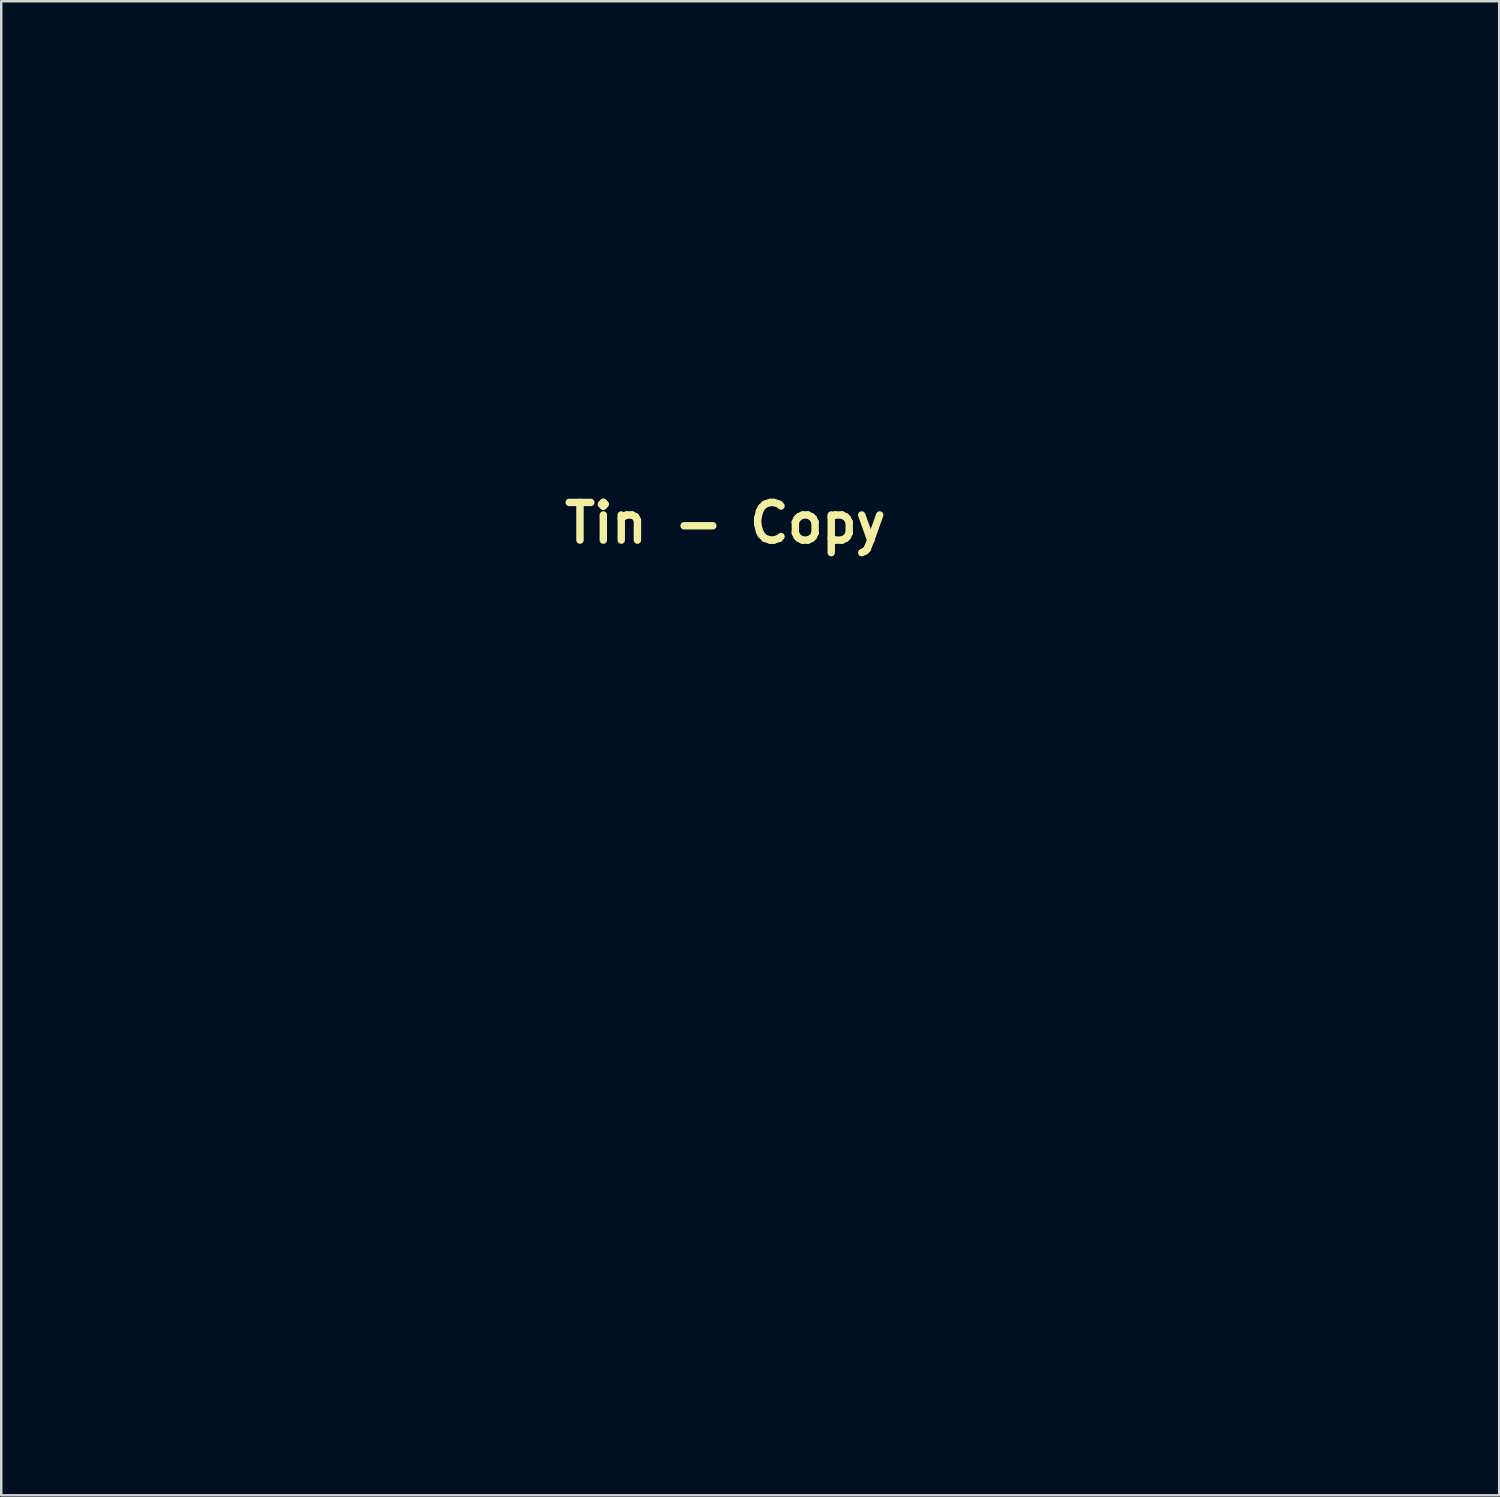
<source format=kicad_pcb>
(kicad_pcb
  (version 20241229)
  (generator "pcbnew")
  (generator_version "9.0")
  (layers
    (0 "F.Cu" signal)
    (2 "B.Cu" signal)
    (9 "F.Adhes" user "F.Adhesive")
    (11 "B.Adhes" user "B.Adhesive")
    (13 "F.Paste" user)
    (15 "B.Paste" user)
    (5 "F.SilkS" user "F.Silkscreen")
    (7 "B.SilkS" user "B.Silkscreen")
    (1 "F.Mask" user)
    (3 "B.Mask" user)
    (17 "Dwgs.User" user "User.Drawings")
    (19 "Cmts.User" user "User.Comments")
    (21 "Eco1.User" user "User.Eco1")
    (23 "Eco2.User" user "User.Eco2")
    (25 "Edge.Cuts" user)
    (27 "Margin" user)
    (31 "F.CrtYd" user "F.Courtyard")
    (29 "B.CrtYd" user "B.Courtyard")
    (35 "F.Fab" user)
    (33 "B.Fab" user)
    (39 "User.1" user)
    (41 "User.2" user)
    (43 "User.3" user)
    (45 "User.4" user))
  (footprint "Tin - Copy"
    (layer "F.Cu")
    (at 26.281 18.101)
    (property "Reference" "Tin - Copy" (at 0 0 0) (layer "F.SilkS") (effects (font (size 1.524 1.524) (thickness 0.3))))
    (attr through_hole)
    (fp_poly (pts (xy -2.277 35.008) (xy -1.65 35.27) (xy -1.066 35.517) (xy -0.544 35.738) (xy -0.106 35.926) (xy 0.229 36.072) (xy 0.44 36.167) (xy 0.497 36.194) (xy 0.579 36.246) (xy 0.584 36.28) (xy 0.492 36.3) (xy 0.282 36.309) (xy -0.069 36.31) (xy -0.254 36.31) (xy -0.779 36.295) (xy -1.37 36.262) (xy -1.934 36.215) (xy -2.171 36.189) (xy -2.583 36.134) (xy -3.118 36.054) (xy -3.746 35.955) (xy -4.439 35.841) (xy -5.166 35.718) (xy -5.898 35.591) (xy -6.605 35.465) (xy -7.258 35.346) (xy -7.827 35.237) (xy -8.282 35.145) (xy -8.551 35.085) (xy -8.763 35.034) (xy -8.573 34.961) (xy -8.437 34.918) (xy -8.164 34.84) (xy -7.782 34.733) (xy -7.316 34.606) (xy -6.795 34.466) (xy -6.605 34.415) (xy -4.828 33.942) (xy -2.277 35.008)) (stroke (width 0.01) (type solid)) (fill yes) (layer "F.Mask"))
    (fp_poly (pts (xy 26.928 -0.449) (xy 26.988 -0.315) (xy 27.067 -0.032) (xy 27.162 0.381) (xy 27.27 0.905) (xy 27.388 1.522) (xy 27.511 2.213) (xy 27.636 2.96) (xy 27.76 3.743) (xy 27.879 4.543) (xy 27.982 5.284) (xy 28.057 5.87) (xy 28.124 6.455) (xy 28.183 7.017) (xy 28.231 7.532) (xy 28.265 7.975) (xy 28.284 8.323) (xy 28.286 8.551) (xy 28.268 8.636) (xy 28.267 8.636) (xy 28.204 8.571) (xy 28.098 8.411) (xy 28.079 8.38) (xy 27.992 8.21) (xy 27.855 7.918) (xy 27.678 7.528) (xy 27.472 7.061) (xy 27.246 6.542) (xy 27.01 5.994) (xy 26.773 5.439) (xy 26.547 4.902) (xy 26.34 4.404) (xy 26.163 3.97) (xy 26.026 3.623) (xy 25.937 3.385) (xy 25.908 3.282) (xy 25.929 3.105) (xy 25.986 2.816) (xy 26.072 2.439) (xy 26.179 2.003) (xy 26.301 1.534) (xy 26.43 1.06) (xy 26.559 0.607) (xy 26.679 0.203) (xy 26.784 -0.126) (xy 26.866 -0.352) (xy 26.919 -0.449) (xy 26.928 -0.449)) (stroke (width 0.01) (type solid)) (fill yes) (layer "F.Mask"))
    (fp_poly (pts (xy 16.868 26.139) (xy 17.552 26.824) (xy 18.2 27.473) (xy 18.801 28.078) (xy 19.346 28.627) (xy 19.826 29.112) (xy 20.23 29.521) (xy 20.548 29.847) (xy 20.772 30.078) (xy 20.891 30.204) (xy 20.908 30.226) (xy 20.845 30.296) (xy 20.683 30.447) (xy 20.451 30.65) (xy 20.353 30.734) (xy 19.805 31.169) (xy 19.157 31.636) (xy 18.464 32.097) (xy 17.781 32.517) (xy 17.174 32.853) (xy 16.752 33.06) (xy 16.408 33.192) (xy 16.095 33.255) (xy 15.762 33.254) (xy 15.358 33.194) (xy 14.921 33.102) (xy 13.929 32.836) (xy 12.839 32.468) (xy 11.678 32.01) (xy 10.473 31.474) (xy 9.251 30.874) (xy 8.038 30.22) (xy 6.862 29.526) (xy 6.329 29.188) (xy 5.987 28.962) (xy 5.703 28.765) (xy 5.505 28.616) (xy 5.42 28.536) (xy 5.419 28.531) (xy 5.481 28.465) (xy 5.661 28.299) (xy 5.946 28.043) (xy 6.327 27.706) (xy 6.79 27.299) (xy 7.325 26.832) (xy 7.921 26.315) (xy 8.566 25.757) (xy 9.121 25.279) (xy 12.823 22.095) (xy 16.868 26.139)) (stroke (width 0.01) (type solid)) (fill yes) (layer "F.Mask"))
    (fp_poly (pts (xy -11.476 30.183) (xy -11.246 30.299) (xy -10.915 30.479) (xy -10.504 30.71) (xy -10.033 30.98) (xy -9.521 31.276) (xy -8.991 31.588) (xy -8.461 31.903) (xy -7.953 32.208) (xy -7.485 32.493) (xy -7.08 32.744) (xy -6.757 32.951) (xy -6.536 33.1) (xy -6.438 33.18) (xy -6.435 33.187) (xy -6.446 33.228) (xy -6.498 33.27) (xy -6.616 33.326) (xy -6.826 33.406) (xy -7.155 33.522) (xy -7.439 33.62) (xy -8.004 33.795) (xy -8.642 33.964) (xy -9.299 34.113) (xy -9.924 34.232) (xy -10.462 34.309) (xy -10.626 34.324) (xy -11.103 34.329) (xy -11.61 34.286) (xy -11.811 34.254) (xy -12.039 34.203) (xy -12.402 34.113) (xy -12.873 33.991) (xy -13.423 33.845) (xy -14.024 33.683) (xy -14.65 33.511) (xy -15.271 33.339) (xy -15.861 33.172) (xy -16.391 33.02) (xy -16.764 32.91) (xy -17.145 32.795) (xy -15.917 32.177) (xy -15.395 31.916) (xy -14.836 31.642) (xy -14.26 31.363) (xy -13.69 31.09) (xy -13.147 30.834) (xy -12.652 30.603) (xy -12.227 30.409) (xy -11.892 30.261) (xy -11.67 30.168) (xy -11.584 30.141) (xy -11.476 30.183)) (stroke (width 0.01) (type solid)) (fill yes) (layer "F.Mask"))
    (fp_poly (pts (xy 21.671 -2.453) (xy 21.807 -2.218) (xy 21.997 -1.877) (xy 22.23 -1.452) (xy 22.493 -0.964) (xy 22.775 -0.437) (xy 23.065 0.108) (xy 23.35 0.649) (xy 23.619 1.164) (xy 23.861 1.63) (xy 24.062 2.026) (xy 24.212 2.329) (xy 24.299 2.517) (xy 24.309 2.54) (xy 24.383 2.749) (xy 24.435 2.945) (xy 24.46 3.141) (xy 24.453 3.353) (xy 24.408 3.594) (xy 24.32 3.878) (xy 24.184 4.22) (xy 23.995 4.633) (xy 23.746 5.132) (xy 23.434 5.731) (xy 23.052 6.444) (xy 22.595 7.286) (xy 22.39 7.662) (xy 21.889 8.576) (xy 21.465 9.342) (xy 21.114 9.965) (xy 20.835 10.448) (xy 20.626 10.794) (xy 20.486 11.007) (xy 20.411 11.09) (xy 20.405 11.091) (xy 20.303 11.045) (xy 20.218 10.986) (xy 20.16 10.927) (xy 20.045 10.798) (xy 19.87 10.592) (xy 19.628 10.303) (xy 19.314 9.924) (xy 18.923 9.449) (xy 18.45 8.872) (xy 17.889 8.185) (xy 17.234 7.382) (xy 16.481 6.457) (xy 16.097 5.985) (xy 15.559 5.324) (xy 18.551 1.351) (xy 19.093 0.633) (xy 19.606 -0.041) (xy 20.08 -0.659) (xy 20.506 -1.211) (xy 20.875 -1.684) (xy 21.178 -2.067) (xy 21.406 -2.348) (xy 21.551 -2.516) (xy 21.601 -2.56) (xy 21.671 -2.453)) (stroke (width 0.01) (type solid)) (fill yes) (layer "F.Mask"))
    (fp_poly (pts (xy 24.682 -8.897) (xy 24.759 -8.682) (xy 24.869 -8.353) (xy 25.004 -7.934) (xy 25.156 -7.451) (xy 25.318 -6.926) (xy 25.482 -6.385) (xy 25.641 -5.852) (xy 25.787 -5.352) (xy 25.913 -4.908) (xy 25.97 -4.699) (xy 26.052 -4.374) (xy 26.107 -4.095) (xy 26.138 -3.815) (xy 26.15 -3.489) (xy 26.145 -3.071) (xy 26.135 -2.709) (xy 26.105 -2.079) (xy 26.057 -1.558) (xy 25.983 -1.091) (xy 25.877 -0.618) (xy 25.745 -0.12) (xy 25.608 0.361) (xy 25.472 0.8) (xy 25.349 1.169) (xy 25.245 1.441) (xy 25.171 1.589) (xy 25.148 1.609) (xy 25.088 1.539) (xy 24.955 1.345) (xy 24.761 1.047) (xy 24.519 0.664) (xy 24.243 0.217) (xy 24.079 -0.051) (xy 23.624 -0.801) (xy 23.25 -1.422) (xy 22.949 -1.927) (xy 22.713 -2.33) (xy 22.534 -2.646) (xy 22.403 -2.889) (xy 22.313 -3.073) (xy 22.256 -3.212) (xy 22.224 -3.321) (xy 22.218 -3.35) (xy 22.213 -3.538) (xy 22.267 -3.788) (xy 22.387 -4.135) (xy 22.5 -4.413) (xy 22.646 -4.754) (xy 22.834 -5.176) (xy 23.051 -5.657) (xy 23.289 -6.175) (xy 23.536 -6.707) (xy 23.781 -7.231) (xy 24.015 -7.725) (xy 24.227 -8.166) (xy 24.407 -8.532) (xy 24.543 -8.801) (xy 24.626 -8.951) (xy 24.645 -8.974) (xy 24.682 -8.897)) (stroke (width 0.01) (type solid)) (fill yes) (layer "F.Mask"))
    (fp_poly (pts (xy -2.798 23.778) (xy -2.703 23.815) (xy -2.567 23.893) (xy -2.379 24.022) (xy -2.126 24.21) (xy -1.796 24.466) (xy -1.378 24.799) (xy -0.858 25.218) (xy -0.224 25.733) (xy 0.091 25.989) (xy 0.688 26.476) (xy 1.243 26.931) (xy 1.743 27.344) (xy 2.175 27.701) (xy 2.524 27.993) (xy 2.776 28.208) (xy 2.919 28.335) (xy 2.947 28.364) (xy 2.893 28.45) (xy 2.706 28.606) (xy 2.403 28.821) (xy 2.001 29.085) (xy 1.517 29.388) (xy 0.967 29.721) (xy 0.369 30.073) (xy -0.26 30.434) (xy -0.905 30.794) (xy -1.547 31.143) (xy -2.17 31.471) (xy -2.758 31.768) (xy -2.861 31.819) (xy -3.353 32.057) (xy -3.727 32.228) (xy -4.016 32.345) (xy -4.254 32.42) (xy -4.473 32.464) (xy -4.707 32.488) (xy -4.773 32.493) (xy -5.386 32.532) (xy -6.537 31.935) (xy -6.947 31.72) (xy -7.415 31.47) (xy -7.919 31.196) (xy -8.436 30.913) (xy -8.944 30.633) (xy -9.418 30.368) (xy -9.837 30.132) (xy -10.176 29.936) (xy -10.414 29.795) (xy -10.526 29.72) (xy -10.528 29.719) (xy -10.5 29.639) (xy -10.364 29.482) (xy -10.145 29.276) (xy -10.02 29.169) (xy -9.85 29.033) (xy -9.568 28.813) (xy -9.19 28.521) (xy -8.731 28.17) (xy -8.21 27.771) (xy -7.64 27.338) (xy -7.04 26.882) (xy -6.425 26.417) (xy -5.812 25.953) (xy -5.216 25.504) (xy -4.655 25.082) (xy -4.144 24.698) (xy -3.699 24.366) (xy -3.337 24.098) (xy -3.075 23.906) (xy -2.928 23.802) (xy -2.915 23.794) (xy -2.864 23.774) (xy -2.798 23.778)) (stroke (width 0.01) (type solid)) (fill yes) (layer "F.Mask"))
    (fp_poly (pts (xy 4.506 29.462) (xy 4.713 29.538) (xy 4.961 29.657) (xy 5.154 29.755) (xy 5.473 29.918) (xy 5.903 30.142) (xy 6.409 30.409) (xy 6.954 30.698) (xy 7.501 30.991) (xy 7.607 31.048) (xy 8.359 31.449) (xy 9.111 31.842) (xy 9.841 32.216) (xy 10.531 32.562) (xy 11.159 32.87) (xy 11.706 33.129) (xy 12.152 33.331) (xy 12.477 33.465) (xy 12.561 33.494) (xy 13.011 33.648) (xy 13.434 33.803) (xy 13.804 33.949) (xy 14.091 34.073) (xy 14.267 34.164) (xy 14.309 34.204) (xy 14.229 34.28) (xy 13.999 34.392) (xy 13.634 34.534) (xy 13.148 34.701) (xy 12.555 34.888) (xy 11.896 35.082) (xy 10.455 35.476) (xy 9.152 35.791) (xy 7.975 36.031) (xy 6.913 36.197) (xy 5.954 36.289) (xy 5.086 36.31) (xy 4.298 36.262) (xy 3.802 36.19) (xy 3.456 36.117) (xy 3.057 36.009) (xy 2.59 35.864) (xy 2.041 35.673) (xy 1.393 35.434) (xy 0.632 35.139) (xy -0.257 34.784) (xy -0.99 34.486) (xy -1.643 34.218) (xy -2.153 34.005) (xy -2.537 33.84) (xy -2.808 33.714) (xy -2.983 33.622) (xy -3.076 33.554) (xy -3.103 33.504) (xy -3.078 33.465) (xy -3.073 33.461) (xy -2.931 33.369) (xy -2.663 33.205) (xy -2.289 32.983) (xy -1.83 32.713) (xy -1.307 32.408) (xy -0.74 32.08) (xy -0.152 31.74) (xy 0.439 31.402) (xy 1.01 31.077) (xy 1.542 30.776) (xy 2.012 30.513) (xy 2.401 30.298) (xy 2.589 30.196) (xy 3.126 29.909) (xy 3.539 29.694) (xy 3.857 29.547) (xy 4.105 29.462) (xy 4.313 29.435) (xy 4.506 29.462)) (stroke (width 0.01) (type solid)) (fill yes) (layer "F.Mask"))
    (fp_poly (pts (xy 6.066 15.707) (xy 6.212 15.817) (xy 6.291 15.889) (xy 6.45 16.034) (xy 6.704 16.266) (xy 7.024 16.556) (xy 7.38 16.877) (xy 7.535 17.018) (xy 8.161 17.585) (xy 8.774 18.146) (xy 9.36 18.688) (xy 9.909 19.2) (xy 10.406 19.669) (xy 10.839 20.084) (xy 11.196 20.432) (xy 11.464 20.702) (xy 11.631 20.882) (xy 11.684 20.957) (xy 11.622 21.066) (xy 11.446 21.271) (xy 11.172 21.558) (xy 10.813 21.915) (xy 10.385 22.326) (xy 9.902 22.779) (xy 9.38 23.259) (xy 8.833 23.753) (xy 8.276 24.247) (xy 7.725 24.727) (xy 7.193 25.18) (xy 6.696 25.591) (xy 6.519 25.734) (xy 6.128 26.041) (xy 5.709 26.358) (xy 5.288 26.667) (xy 4.888 26.952) (xy 4.532 27.196) (xy 4.246 27.382) (xy 4.053 27.493) (xy 3.987 27.517) (xy 3.895 27.471) (xy 3.695 27.348) (xy 3.42 27.167) (xy 3.167 26.995) (xy 2.775 26.718) (xy 2.294 26.37) (xy 1.748 25.968) (xy 1.16 25.531) (xy 0.556 25.078) (xy -0.041 24.626) (xy -0.607 24.193) (xy -1.118 23.798) (xy -1.549 23.458) (xy -1.877 23.192) (xy -1.975 23.11) (xy -1.929 23.042) (xy -1.772 22.872) (xy -1.515 22.61) (xy -1.171 22.27) (xy -0.753 21.862) (xy -0.273 21.4) (xy 0.256 20.894) (xy 0.822 20.356) (xy 1.411 19.799) (xy 2.011 19.234) (xy 2.611 18.673) (xy 3.196 18.129) (xy 3.754 17.612) (xy 4.274 17.134) (xy 4.742 16.709) (xy 5.145 16.346) (xy 5.471 16.06) (xy 5.708 15.86) (xy 5.825 15.77) (xy 5.957 15.697) (xy 6.066 15.707)) (stroke (width 0.01) (type solid)) (fill yes) (layer "F.Mask"))
    (fp_poly (pts (xy 25.532 5.045) (xy 25.637 5.232) (xy 25.775 5.533) (xy 25.95 5.957) (xy 26.169 6.517) (xy 26.435 7.223) (xy 26.514 7.436) (xy 26.891 8.455) (xy 27.212 9.332) (xy 27.481 10.08) (xy 27.702 10.715) (xy 27.879 11.253) (xy 28.017 11.707) (xy 28.12 12.094) (xy 28.192 12.428) (xy 28.237 12.725) (xy 28.26 12.998) (xy 28.264 13.265) (xy 28.254 13.539) (xy 28.247 13.646) (xy 28.198 14.175) (xy 28.115 14.827) (xy 28.005 15.562) (xy 27.875 16.336) (xy 27.731 17.11) (xy 27.582 17.842) (xy 27.434 18.491) (xy 27.389 18.669) (xy 27.218 19.293) (xy 27.015 19.971) (xy 26.795 20.654) (xy 26.574 21.295) (xy 26.369 21.846) (xy 26.269 22.092) (xy 26.109 22.466) (xy 25.885 21.922) (xy 25.775 21.652) (xy 25.619 21.267) (xy 25.435 20.808) (xy 25.239 20.319) (xy 25.138 20.066) (xy 24.829 19.315) (xy 24.508 18.588) (xy 24.158 17.853) (xy 23.765 17.077) (xy 23.311 16.228) (xy 22.783 15.276) (xy 22.691 15.113) (xy 22.299 14.419) (xy 21.985 13.856) (xy 21.739 13.407) (xy 21.555 13.056) (xy 21.426 12.787) (xy 21.344 12.583) (xy 21.301 12.428) (xy 21.291 12.306) (xy 21.306 12.201) (xy 21.334 12.11) (xy 21.401 11.963) (xy 21.542 11.689) (xy 21.747 11.309) (xy 22.004 10.839) (xy 22.304 10.299) (xy 22.636 9.707) (xy 22.989 9.081) (xy 23.353 8.44) (xy 23.718 7.801) (xy 24.072 7.184) (xy 24.407 6.607) (xy 24.71 6.088) (xy 24.972 5.645) (xy 25.182 5.297) (xy 25.33 5.063) (xy 25.401 4.964) (xy 25.455 4.959) (xy 25.532 5.045)) (stroke (width 0.01) (type solid)) (fill yes) (layer "F.Mask"))
    (fp_poly (pts (xy 20.631 13.75) (xy 20.773 13.943) (xy 20.981 14.261) (xy 21.239 14.678) (xy 21.533 15.17) (xy 21.848 15.711) (xy 22.17 16.278) (xy 22.483 16.844) (xy 22.773 17.386) (xy 22.811 17.458) (xy 23.426 18.695) (xy 23.958 19.888) (xy 24.397 21.017) (xy 24.738 22.066) (xy 24.974 23.014) (xy 25.017 23.246) (xy 25.081 23.609) (xy 25.127 23.906) (xy 25.148 24.16) (xy 25.134 24.394) (xy 25.08 24.628) (xy 24.976 24.886) (xy 24.815 25.19) (xy 24.589 25.562) (xy 24.29 26.025) (xy 23.911 26.601) (xy 23.761 26.829) (xy 23.408 27.362) (xy 23.081 27.85) (xy 22.794 28.273) (xy 22.558 28.615) (xy 22.386 28.857) (xy 22.291 28.98) (xy 22.279 28.991) (xy 22.188 28.953) (xy 21.992 28.803) (xy 21.701 28.551) (xy 21.329 28.209) (xy 20.885 27.785) (xy 20.768 27.67) (xy 20.361 27.274) (xy 19.992 26.915) (xy 19.679 26.61) (xy 19.439 26.379) (xy 19.291 26.238) (xy 19.255 26.204) (xy 19.176 26.128) (xy 18.989 25.946) (xy 18.708 25.67) (xy 18.345 25.312) (xy 17.913 24.886) (xy 17.426 24.405) (xy 16.896 23.88) (xy 16.56 23.548) (xy 15.929 22.921) (xy 15.409 22.402) (xy 14.99 21.98) (xy 14.663 21.644) (xy 14.419 21.384) (xy 14.246 21.188) (xy 14.135 21.047) (xy 14.077 20.948) (xy 14.062 20.882) (xy 14.08 20.838) (xy 14.08 20.838) (xy 14.413 20.448) (xy 14.832 19.959) (xy 15.316 19.396) (xy 15.847 18.781) (xy 16.404 18.135) (xy 16.969 17.483) (xy 17.521 16.846) (xy 18.041 16.248) (xy 18.509 15.71) (xy 18.906 15.256) (xy 19.209 14.911) (xy 20.436 13.523) (xy 20.631 13.75)) (stroke (width 0.01) (type solid)) (fill yes) (layer "F.Mask"))
    (fp_poly (pts (xy 14.962 6.143) (xy 15.09 6.262) (xy 15.284 6.479) (xy 15.551 6.802) (xy 15.895 7.239) (xy 16.325 7.796) (xy 16.844 8.482) (xy 16.992 8.678) (xy 17.586 9.471) (xy 18.082 10.139) (xy 18.487 10.695) (xy 18.807 11.146) (xy 19.051 11.503) (xy 19.223 11.777) (xy 19.331 11.975) (xy 19.382 12.109) (xy 19.389 12.156) (xy 19.38 12.225) (xy 19.347 12.312) (xy 19.279 12.428) (xy 19.166 12.588) (xy 18.998 12.804) (xy 18.764 13.091) (xy 18.453 13.46) (xy 18.055 13.926) (xy 17.56 14.501) (xy 17.361 14.732) (xy 17.006 15.141) (xy 16.601 15.604) (xy 16.161 16.105) (xy 15.699 16.629) (xy 15.229 17.159) (xy 14.766 17.68) (xy 14.322 18.177) (xy 13.913 18.634) (xy 13.552 19.034) (xy 13.253 19.363) (xy 13.03 19.605) (xy 12.897 19.744) (xy 12.868 19.771) (xy 12.78 19.735) (xy 12.593 19.603) (xy 12.331 19.396) (xy 12.02 19.131) (xy 11.92 19.042) (xy 11.636 18.786) (xy 11.279 18.459) (xy 10.867 18.078) (xy 10.414 17.656) (xy 9.936 17.209) (xy 9.45 16.752) (xy 8.97 16.299) (xy 8.513 15.865) (xy 8.095 15.466) (xy 7.731 15.117) (xy 7.437 14.832) (xy 7.229 14.626) (xy 7.123 14.514) (xy 7.112 14.498) (xy 7.168 14.424) (xy 7.328 14.239) (xy 7.582 13.955) (xy 7.916 13.585) (xy 8.32 13.142) (xy 8.783 12.637) (xy 9.292 12.083) (xy 9.836 11.494) (xy 10.404 10.88) (xy 10.983 10.255) (xy 11.563 9.631) (xy 12.132 9.02) (xy 12.678 8.436) (xy 13.19 7.889) (xy 13.656 7.394) (xy 14.065 6.962) (xy 14.405 6.605) (xy 14.665 6.337) (xy 14.832 6.169) (xy 14.894 6.114) (xy 14.962 6.143)) (stroke (width 0.01) (type solid)) (fill yes) (layer "F.Mask"))
    (fp_poly (pts (xy -17.824 -6.152) (xy -17.466 -6.077) (xy -17.354 -6.046) (xy -16.749 -5.791) (xy -16.221 -5.397) (xy -15.779 -4.876) (xy -15.428 -4.244) (xy -15.178 -3.514) (xy -15.034 -2.701) (xy -15.005 -1.819) (xy -15.018 -1.566) (xy -15.062 -1.117) (xy -15.133 -0.768) (xy -15.248 -0.449) (xy -15.322 -0.291) (xy -15.506 0.017) (xy -15.789 0.403) (xy -16.145 0.842) (xy -16.552 1.308) (xy -16.984 1.776) (xy -17.419 2.22) (xy -17.832 2.613) (xy -18.198 2.931) (xy -18.494 3.147) (xy -18.569 3.189) (xy -18.775 3.253) (xy -19.101 3.305) (xy -19.497 3.344) (xy -19.914 3.366) (xy -20.304 3.366) (xy -20.615 3.343) (xy -20.659 3.336) (xy -21.505 3.122) (xy -22.295 2.789) (xy -23.053 2.324) (xy -23.8 1.713) (xy -24.305 1.216) (xy -25.023 0.367) (xy -25.605 -0.531) (xy -26.007 -1.392) (xy -22.3 -1.392) (xy -22.223 -0.797) (xy -21.994 -0.23) (xy -21.607 0.331) (xy -21.39 0.575) (xy -20.846 1.105) (xy -20.341 1.492) (xy -19.85 1.75) (xy -19.346 1.891) (xy -18.802 1.93) (xy -18.711 1.927) (xy -18.205 1.877) (xy -17.804 1.764) (xy -17.687 1.712) (xy -17.382 1.528) (xy -17.076 1.294) (xy -16.98 1.205) (xy -16.589 0.702) (xy -16.336 0.128) (xy -16.22 -0.493) (xy -16.24 -1.137) (xy -16.395 -1.78) (xy -16.682 -2.398) (xy -17.101 -2.966) (xy -17.224 -3.096) (xy -17.762 -3.533) (xy -18.363 -3.85) (xy -19 -4.043) (xy -19.648 -4.112) (xy -20.28 -4.054) (xy -20.87 -3.868) (xy -21.391 -3.552) (xy -21.583 -3.381) (xy -21.833 -3.091) (xy -22.014 -2.772) (xy -22.151 -2.372) (xy -22.231 -2.033) (xy -22.3 -1.392) (xy -26.007 -1.392) (xy -26.037 -1.456) (xy -26.194 -1.926) (xy -26.251 -2.119) (xy -26.276 -2.259) (xy -26.248 -2.363) (xy -26.147 -2.45) (xy -25.949 -2.538) (xy -25.634 -2.647) (xy -25.188 -2.791) (xy -23.853 -3.272) (xy -22.597 -3.83) (xy -21.367 -4.491) (xy -20.262 -5.179) (xy -19.683 -5.552) (xy -19.209 -5.83) (xy -18.814 -6.021) (xy -18.47 -6.132) (xy -18.149 -6.173) (xy -17.824 -6.152)) (stroke (width 0.01) (type solid)) (fill yes) (layer "F.Mask"))
    (fp_poly (pts (xy -9.875 -18.05) (xy -9.535 -17.927) (xy -9.081 -17.724) (xy -8.847 -17.61) (xy -8.439 -17.401) (xy -8.105 -17.201) (xy -7.795 -16.976) (xy -7.461 -16.691) (xy -7.118 -16.372) (xy -6.398 -15.645) (xy -5.823 -14.964) (xy -5.383 -14.306) (xy -5.067 -13.651) (xy -4.865 -12.977) (xy -4.766 -12.263) (xy -4.756 -11.556) (xy -4.781 -11.144) (xy -4.833 -10.803) (xy -4.93 -10.502) (xy -5.087 -10.214) (xy -5.321 -9.908) (xy -5.649 -9.554) (xy -6.086 -9.124) (xy -6.156 -9.058) (xy -6.729 -8.513) (xy -7.203 -8.074) (xy -7.6 -7.729) (xy -7.943 -7.467) (xy -8.252 -7.276) (xy -8.551 -7.143) (xy -8.861 -7.058) (xy -9.204 -7.009) (xy -9.604 -6.983) (xy -10.075 -6.969) (xy -10.598 -6.959) (xy -10.986 -6.96) (xy -11.274 -6.975) (xy -11.499 -7.006) (xy -11.694 -7.055) (xy -11.834 -7.104) (xy -12.304 -7.306) (xy -12.719 -7.551) (xy -13.137 -7.876) (xy -13.41 -8.124) (xy -13.844 -8.608) (xy -14.142 -9.106) (xy -14.292 -9.596) (xy -14.308 -9.802) (xy -14.285 -10.059) (xy -14.211 -10.352) (xy -14.076 -10.7) (xy -13.871 -11.122) (xy -13.589 -11.638) (xy -13.572 -11.667) (xy -12.208 -11.667) (xy -12.106 -10.989) (xy -12.028 -10.726) (xy -11.72 -10.004) (xy -11.312 -9.369) (xy -10.824 -8.841) (xy -10.274 -8.442) (xy -9.737 -8.207) (xy -9.385 -8.146) (xy -8.938 -8.13) (xy -8.46 -8.159) (xy -8.019 -8.227) (xy -7.751 -8.303) (xy -7.271 -8.56) (xy -6.826 -8.941) (xy -6.466 -9.401) (xy -6.347 -9.615) (xy -6.258 -9.821) (xy -6.206 -10.017) (xy -6.185 -10.254) (xy -6.189 -10.582) (xy -6.2 -10.823) (xy -6.257 -11.417) (xy -6.377 -11.899) (xy -6.583 -12.321) (xy -6.897 -12.734) (xy -7.153 -13.007) (xy -7.739 -13.506) (xy -8.361 -13.871) (xy -9.001 -14.098) (xy -9.638 -14.184) (xy -10.255 -14.123) (xy -10.83 -13.913) (xy -11.039 -13.789) (xy -11.565 -13.355) (xy -11.936 -12.854) (xy -12.151 -12.29) (xy -12.208 -11.667) (xy -13.572 -11.667) (xy -13.219 -12.267) (xy -13.085 -12.488) (xy -12.599 -13.308) (xy -12.189 -14.048) (xy -11.828 -14.764) (xy -11.49 -15.511) (xy -11.147 -16.343) (xy -11.031 -16.637) (xy -10.859 -17.066) (xy -10.696 -17.448) (xy -10.557 -17.75) (xy -10.456 -17.94) (xy -10.429 -17.978) (xy -10.301 -18.07) (xy -10.123 -18.096) (xy -9.875 -18.05)) (stroke (width 0.01) (type solid)) (fill yes) (layer "F.Mask")))
  (gr_rect
    (start -3 -3)
    (end 57.572 57.416)
    (stroke (width 0.1) (type default))
    (fill no)
    (layer "Edge.Cuts")))
</source>
